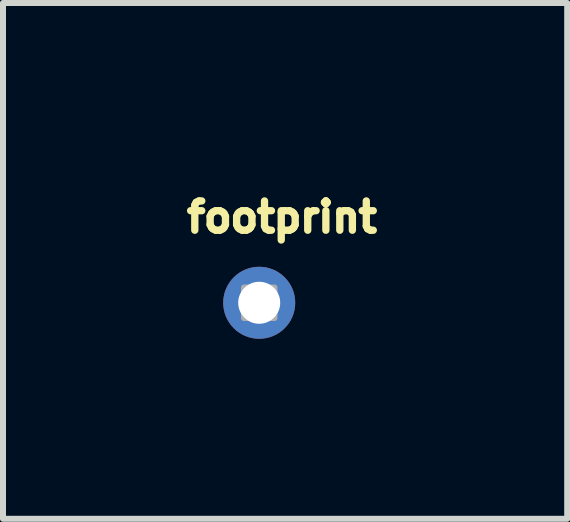
<source format=kicad_pcb>
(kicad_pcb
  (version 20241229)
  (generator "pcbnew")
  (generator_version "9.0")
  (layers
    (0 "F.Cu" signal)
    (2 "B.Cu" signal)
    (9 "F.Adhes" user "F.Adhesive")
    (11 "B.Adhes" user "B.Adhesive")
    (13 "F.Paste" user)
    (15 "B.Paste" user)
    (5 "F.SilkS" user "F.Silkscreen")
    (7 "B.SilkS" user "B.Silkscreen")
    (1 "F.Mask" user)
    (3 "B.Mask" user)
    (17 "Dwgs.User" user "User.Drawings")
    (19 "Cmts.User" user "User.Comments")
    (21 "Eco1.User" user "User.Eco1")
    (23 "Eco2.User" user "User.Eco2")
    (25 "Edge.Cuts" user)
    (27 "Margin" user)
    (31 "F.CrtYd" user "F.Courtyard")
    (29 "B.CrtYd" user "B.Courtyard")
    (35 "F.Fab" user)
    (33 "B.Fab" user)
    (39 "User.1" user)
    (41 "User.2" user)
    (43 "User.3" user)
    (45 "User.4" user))
  (footprint "footprint"
    (layer "F.Cu")
    (at 1.27 1.996)
    (property "Reference" "footprint" (at -1.27 -1.143 0) (layer "F.SilkS") (effects (font (size 0.488 0.488) (thickness 0.122)) (justify left bottom)))
    (fp_poly (pts (xy -0.254 0.254) (xy 0.254 0.254) (xy 0.254 -0.254) (xy -0.254 -0.254)) (stroke (width 0.1) (type solid)) (fill no) (layer "F.Fab"))
    (pad "1" thru_hole circle (at 0 0 90) (size 1.2 1.2) (drill 0.7) (layers "*.Cu" "*.Mask")))
  (gr_rect
    (start -3 -3)
    (end 6.403 5.596)
    (stroke (width 0.1) (type default))
    (fill no)
    (layer "Edge.Cuts")))
</source>
